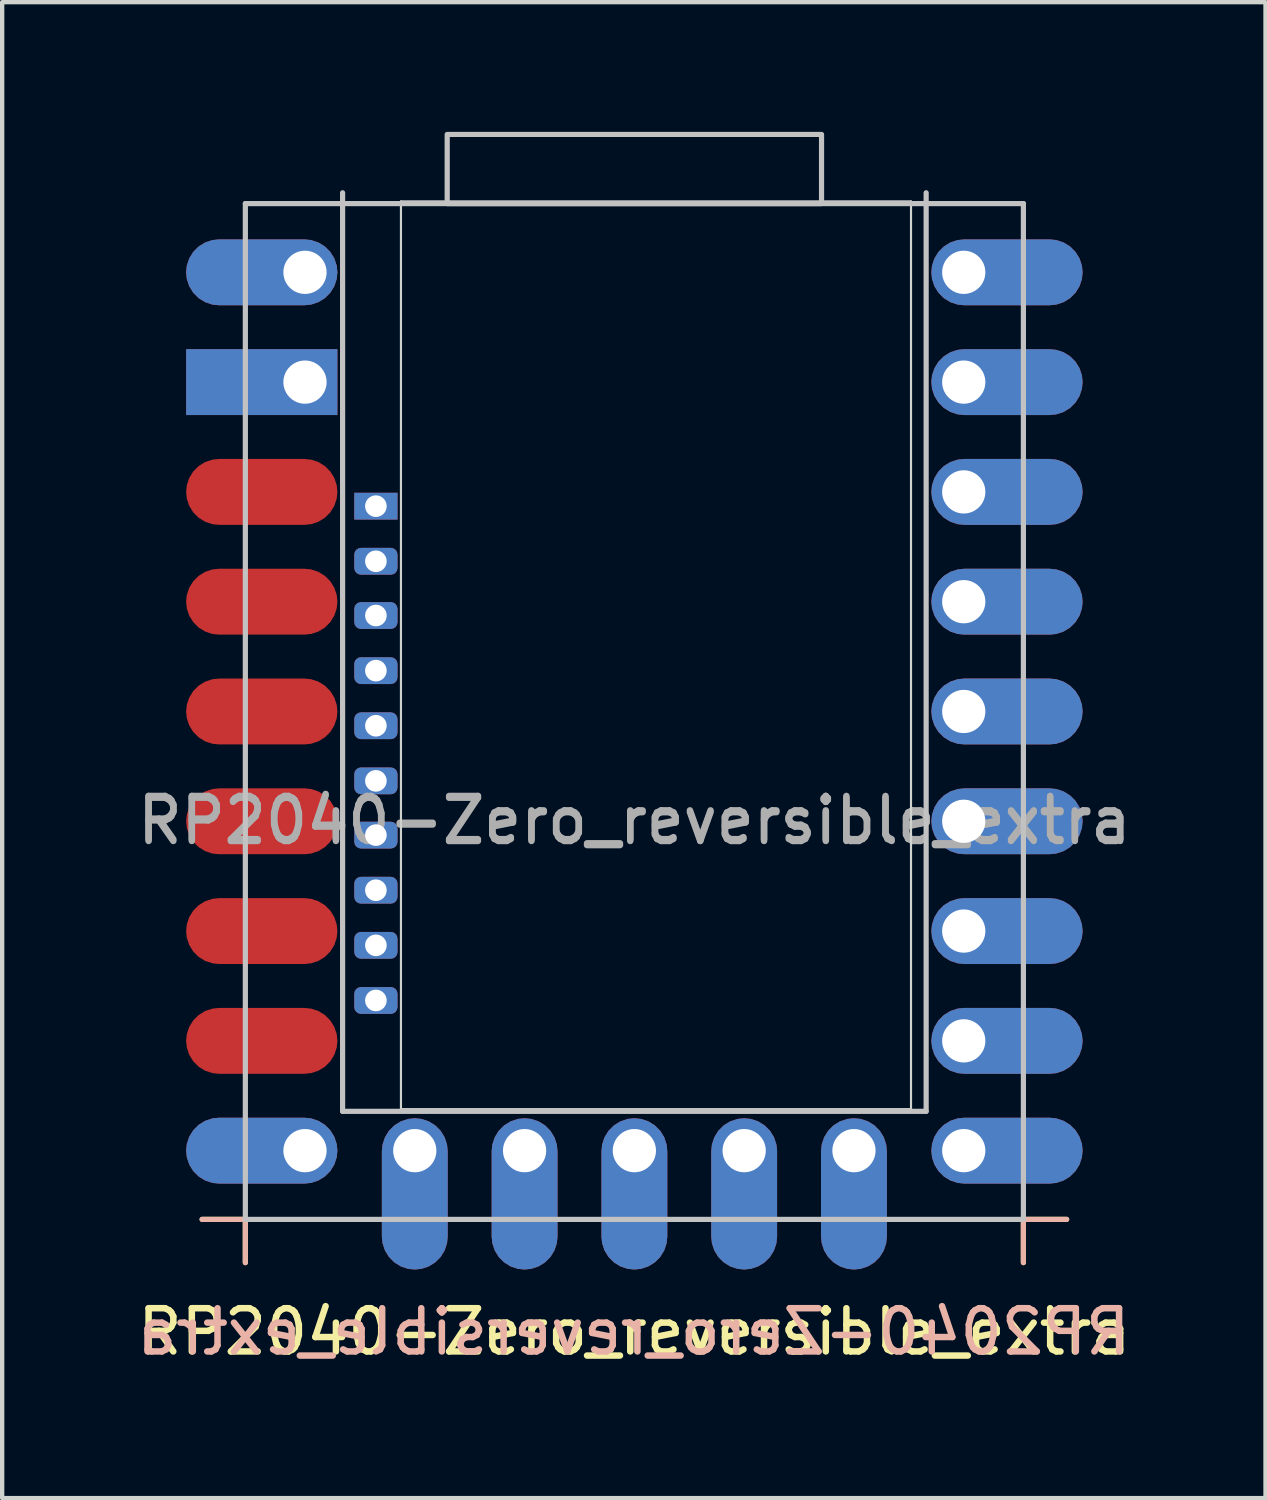
<source format=kicad_pcb>
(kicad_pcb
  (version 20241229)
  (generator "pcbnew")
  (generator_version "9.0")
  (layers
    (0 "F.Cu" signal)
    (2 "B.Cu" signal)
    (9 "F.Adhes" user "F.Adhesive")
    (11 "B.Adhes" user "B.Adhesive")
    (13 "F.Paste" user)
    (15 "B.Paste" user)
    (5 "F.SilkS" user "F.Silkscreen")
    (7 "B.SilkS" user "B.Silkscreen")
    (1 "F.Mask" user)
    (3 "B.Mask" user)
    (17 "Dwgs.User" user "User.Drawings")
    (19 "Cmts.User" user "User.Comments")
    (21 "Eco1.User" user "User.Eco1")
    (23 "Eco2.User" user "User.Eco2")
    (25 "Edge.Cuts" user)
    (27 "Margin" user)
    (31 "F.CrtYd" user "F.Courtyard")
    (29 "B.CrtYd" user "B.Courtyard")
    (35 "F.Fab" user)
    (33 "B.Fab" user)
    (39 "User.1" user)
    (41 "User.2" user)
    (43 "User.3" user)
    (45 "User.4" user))
  (footprint "RP2040-Zero_reversible_extra"
    (layer "F.Cu")
    (at 11.626 13.41)
    (property "Reference" "RP2040-Zero_reversible_extra" (at 0 14.35 0) (unlocked yes) (layer "F.SilkS") (effects (font (size 1 1) (thickness 0.15))))
    (fp_line (start -9 11.75) (end -10 11.75) (stroke (width 0.12) (type solid)) (layer "F.SilkS"))
    (fp_line (start -9 11.75) (end -9 12.75) (stroke (width 0.12) (type solid)) (layer "F.SilkS"))
    (fp_line (start 9 11.75) (end 9 12.75) (stroke (width 0.12) (type solid)) (layer "F.SilkS"))
    (fp_line (start 9 11.75) (end 10 11.75) (stroke (width 0.12) (type solid)) (layer "F.SilkS"))
    (fp_line (start -9 11.75) (end -10 11.75) (stroke (width 0.12) (type solid)) (layer "B.SilkS"))
    (fp_line (start -9 11.75) (end -9 12.75) (stroke (width 0.12) (type solid)) (layer "B.SilkS"))
    (fp_line (start 9 11.75) (end 9 12.75) (stroke (width 0.12) (type solid)) (layer "B.SilkS"))
    (fp_line (start 9 11.75) (end 10 11.75) (stroke (width 0.12) (type solid)) (layer "B.SilkS"))
    (fp_line (start -9 -11.75) (end -9 11.75) (stroke (width 0.12) (type solid)) (layer "Dwgs.User"))
    (fp_line (start -9 -11.75) (end 9 -11.75) (stroke (width 0.12) (type solid)) (layer "Dwgs.User"))
    (fp_line (start -9 11.75) (end 9 11.75) (stroke (width 0.12) (type solid)) (layer "Dwgs.User"))
    (fp_line (start -6.75 -12) (end -6.75 9.25) (stroke (width 0.12) (type solid)) (layer "Dwgs.User"))
    (fp_line (start -6.75 9.25) (end 6.75 9.25) (stroke (width 0.12) (type solid)) (layer "Dwgs.User"))
    (fp_line (start 6.75 9.25) (end 6.75 -12) (stroke (width 0.12) (type solid)) (layer "Dwgs.User"))
    (fp_line (start 9 -11.75) (end 9 11.75) (stroke (width 0.12) (type solid)) (layer "Dwgs.User"))
    (fp_rect (start -4.33 -13.35) (end 4.33 -11.75) (stroke (width 0.12) (type solid)) (fill no) (layer "Dwgs.User"))
    (fp_line (start -5.4 -11.8) (end -5.4 9.2) (stroke (width 0.05) (type default)) (layer "Edge.Cuts"))
    (fp_line (start -5.4 9.2) (end 6.4 9.2) (stroke (width 0.05) (type default)) (layer "Edge.Cuts"))
    (fp_line (start 6.4 -11.8) (end -5.4 -11.8) (stroke (width 0.05) (type default)) (layer "Edge.Cuts"))
    (fp_line (start 6.4 9.2) (end 6.4 -11.8) (stroke (width 0.05) (type default)) (layer "Edge.Cuts"))
    (fp_text user "${REFERENCE}" (at -0.025 14.35 0) (unlocked yes) (layer "B.SilkS") (effects (font (size 1 1) (thickness 0.15)) (justify mirror)))
    (fp_text user "${REFERENCE}" (at 0 2.54 0) (unlocked yes) (layer "F.Fab") (effects (font (size 1 1) (thickness 0.15))))
    (fp_text user "${REFERENCE}" (at 0 2.5 0) (unlocked yes) (layer "F.Fab") (effects (font (size 1 1) (thickness 0.15))))
    (pad "1" thru_hole roundrect (at 7.62 -10.16 180) (size 3.5 1.524) (drill 1 (offset -1 0)) (layers "*.Cu" "*.Mask") (roundrect_rratio 0.5))
    (pad "2" thru_hole roundrect (at 7.62 -7.62 180) (size 3.5 1.524) (drill 1 (offset -1 0)) (layers "*.Cu" "*.Mask") (roundrect_rratio 0.5))
    (pad "3" thru_hole roundrect (at 7.62 -5.08 180) (size 3.5 1.524) (drill 1 (offset -1 0)) (layers "*.Cu" "*.Mask") (roundrect_rratio 0.5))
    (pad "4" thru_hole roundrect (at 7.62 -2.54 180) (size 3.5 1.524) (drill 1 (offset -1 0)) (layers "*.Cu" "*.Mask") (roundrect_rratio 0.5))
    (pad "5" thru_hole roundrect (at 7.62 0 180) (size 3.5 1.524) (drill 1 (offset -1 0)) (layers "*.Cu" "*.Mask") (roundrect_rratio 0.5))
    (pad "6" thru_hole roundrect (at 7.62 2.54 180) (size 3.5 1.524) (drill 1 (offset -1 0)) (layers "*.Cu" "*.Mask") (roundrect_rratio 0.5))
    (pad "7" thru_hole roundrect (at 7.62 5.08 180) (size 3.5 1.524) (drill 1 (offset -1 0)) (layers "*.Cu" "*.Mask") (roundrect_rratio 0.5))
    (pad "8" thru_hole roundrect (at 7.62 7.62 180) (size 3.5 1.524) (drill 1 (offset -1 0)) (layers "*.Cu" "*.Mask") (roundrect_rratio 0.5))
    (pad "9" thru_hole roundrect (at 7.62 10.16 180) (size 3.5 1.524) (drill 1 (offset -1 0)) (layers "*.Cu" "*.Mask") (roundrect_rratio 0.5))
    (pad "10" thru_hole roundrect (at 5.08 10.16 90) (size 3.5 1.524) (drill 1 (offset -1 0)) (layers "*.Cu" "*.Mask") (roundrect_rratio 0.5))
    (pad "11" thru_hole roundrect (at 2.54 10.16 90) (size 3.5 1.524) (drill 1 (offset -1 0)) (layers "*.Cu" "*.Mask") (roundrect_rratio 0.5))
    (pad "12" thru_hole roundrect (at 0 10.16 90) (size 3.5 1.524) (drill 1 (offset -1 0)) (layers "*.Cu" "*.Mask") (roundrect_rratio 0.5))
    (pad "13" thru_hole roundrect (at -2.54 10.16 90) (size 3.5 1.524) (drill 1 (offset -1 0)) (layers "*.Cu" "*.Mask") (roundrect_rratio 0.5))
    (pad "14" thru_hole roundrect (at -5.08 10.16 90) (size 3.5 1.524) (drill 1 (offset -1 0)) (layers "*.Cu" "*.Mask") (roundrect_rratio 0.5))
    (pad "15" thru_hole roundrect (at -7.62 10.16) (size 3.5 1.524) (drill 1 (offset -1 0)) (layers "*.Cu" "*.Mask") (roundrect_rratio 0.5))
    (pad "16" smd roundrect (at -7.62 7.62) (size 3.5 1.524) (drill (offset -1 0)) (layers "F.Cu" "F.Mask" "F.Paste") (roundrect_rratio 0.5))
    (pad "17" smd roundrect (at -7.62 5.08) (size 3.5 1.524) (drill (offset -1 0)) (layers "F.Cu" "F.Mask" "F.Paste") (roundrect_rratio 0.5))
    (pad "18" smd roundrect (at -7.62 2.54) (size 3.5 1.524) (drill (offset -1 0)) (layers "F.Cu" "F.Mask" "F.Paste") (roundrect_rratio 0.5))
    (pad "19" smd roundrect (at -7.62 0) (size 3.5 1.524) (drill (offset -1 0)) (layers "F.Cu" "F.Mask" "F.Paste") (roundrect_rratio 0.5))
    (pad "20" smd roundrect (at -7.62 -2.54) (size 3.5 1.524) (drill (offset -1 0)) (layers "F.Cu" "F.Mask" "F.Paste") (roundrect_rratio 0.5))
    (pad "21" smd roundrect (at -7.62 -5.08) (size 3.5 1.524) (drill (offset -1 0)) (layers "F.Cu" "F.Mask" "F.Paste") (roundrect_rratio 0.5))
    (pad "22" thru_hole roundrect (at -7.62 -10.16) (size 3.5 1.524) (drill 1 (offset -1 0)) (layers "*.Cu" "*.Mask") (roundrect_rratio 0.5))
    (pad "23" thru_hole rect (at -7.62 -7.62) (size 3.5 1.524) (drill 1 (offset -1 0)) (layers "*.Cu" "*.Mask"))
    (pad "24" thru_hole roundrect (at -5.98 6.685) (size 1 0.62) (drill 0.5) (layers "*.Cu" "*.Mask") (roundrect_rratio 0.25))
    (pad "25" thru_hole roundrect (at -5.98 5.41) (size 1 0.62) (drill 0.5) (layers "*.Cu" "*.Mask") (roundrect_rratio 0.25))
    (pad "26" thru_hole roundrect (at -5.98 4.135) (size 1 0.62) (drill 0.5) (layers "*.Cu" "*.Mask") (roundrect_rratio 0.25))
    (pad "27" thru_hole roundrect (at -5.98 2.86) (size 1 0.62) (drill 0.5) (layers "*.Cu" "*.Mask") (roundrect_rratio 0.25))
    (pad "28" thru_hole roundrect (at -5.98 1.605) (size 1 0.62) (drill 0.5) (layers "*.Cu" "*.Mask") (roundrect_rratio 0.25))
    (pad "29" thru_hole roundrect (at -5.98 0.33) (size 1 0.62) (drill 0.5) (layers "*.Cu" "*.Mask") (roundrect_rratio 0.25))
    (pad "30" thru_hole roundrect (at -5.98 -0.945) (size 1 0.62) (drill 0.5) (layers "*.Cu" "*.Mask") (roundrect_rratio 0.25))
    (pad "31" thru_hole roundrect (at -5.98 -2.22) (size 1 0.62) (drill 0.5) (layers "*.Cu" "*.Mask") (roundrect_rratio 0.25))
    (pad "32" thru_hole roundrect (at -5.98 -3.475) (size 1 0.62) (drill 0.5) (layers "*.Cu" "*.Mask") (roundrect_rratio 0.25))
    (pad "33" thru_hole rect (at -5.98 -4.75) (size 1 0.62) (drill 0.5) (layers "*.Cu" "*.Mask")))
  (gr_rect
    (start -3 -3)
    (end 26.227 31.608)
    (stroke (width 0.1) (type default))
    (fill no)
    (layer "Edge.Cuts")))
</source>
